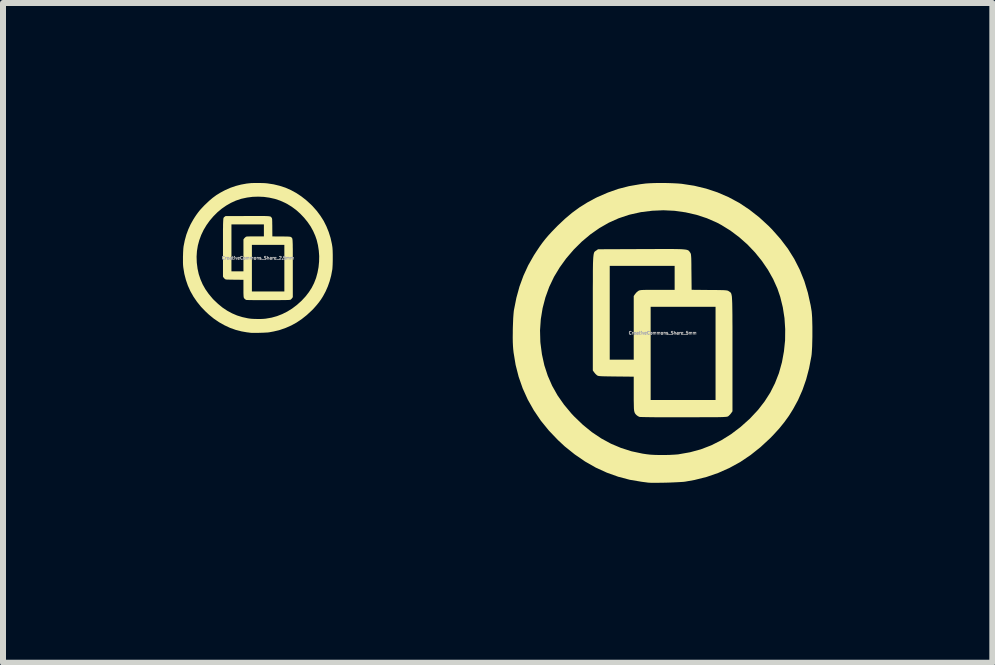
<source format=kicad_pcb>
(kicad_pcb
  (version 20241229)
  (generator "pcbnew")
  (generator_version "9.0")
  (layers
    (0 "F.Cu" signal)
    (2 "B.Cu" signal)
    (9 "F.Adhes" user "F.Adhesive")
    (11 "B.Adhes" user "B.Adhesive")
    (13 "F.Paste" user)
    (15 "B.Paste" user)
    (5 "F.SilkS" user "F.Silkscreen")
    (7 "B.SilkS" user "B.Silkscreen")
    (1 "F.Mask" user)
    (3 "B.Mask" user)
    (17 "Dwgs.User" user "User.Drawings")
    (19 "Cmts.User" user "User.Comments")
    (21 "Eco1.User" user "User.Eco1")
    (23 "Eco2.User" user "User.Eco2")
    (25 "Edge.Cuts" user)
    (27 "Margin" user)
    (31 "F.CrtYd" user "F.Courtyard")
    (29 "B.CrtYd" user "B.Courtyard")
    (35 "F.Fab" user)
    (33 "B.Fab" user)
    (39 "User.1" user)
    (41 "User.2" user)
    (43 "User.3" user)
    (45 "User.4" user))
  (footprint "CreativeCommons_Share_2.5mm"
    (layer "F.Cu")
    (at 1.249 1.25)
    (property "Reference" "CreativeCommons_Share_2.5mm" (at 0 0 0) (layer "F.Fab") (effects (font (size 0.05 0.05) (thickness 0.013))))
    (attr board_only exclude_from_pos_files exclude_from_bom)
    (fp_poly (pts (xy 0.047 -0.699) (xy 0.085 -0.699) (xy 0.116 -0.699) (xy 0.142 -0.698) (xy 0.163 -0.697) (xy 0.179 -0.696) (xy 0.192 -0.694) (xy 0.202 -0.692) (xy 0.21 -0.69) (xy 0.215 -0.687) (xy 0.219 -0.683) (xy 0.223 -0.679) (xy 0.226 -0.675) (xy 0.228 -0.671) (xy 0.231 -0.667) (xy 0.234 -0.662) (xy 0.235 -0.657) (xy 0.237 -0.648) (xy 0.238 -0.637) (xy 0.238 -0.621) (xy 0.239 -0.6) (xy 0.239 -0.572) (xy 0.24 -0.537) (xy 0.24 -0.508) (xy 0.241 -0.359) (xy 0.39 -0.358) (xy 0.431 -0.358) (xy 0.463 -0.357) (xy 0.489 -0.357) (xy 0.508 -0.356) (xy 0.523 -0.355) (xy 0.533 -0.354) (xy 0.54 -0.353) (xy 0.546 -0.351) (xy 0.55 -0.349) (xy 0.553 -0.347) (xy 0.557 -0.344) (xy 0.561 -0.341) (xy 0.565 -0.338) (xy 0.568 -0.334) (xy 0.571 -0.33) (xy 0.573 -0.323) (xy 0.575 -0.314) (xy 0.577 -0.303) (xy 0.578 -0.288) (xy 0.579 -0.27) (xy 0.58 -0.247) (xy 0.581 -0.219) (xy 0.581 -0.186) (xy 0.582 -0.147) (xy 0.582 -0.102) (xy 0.582 -0.05) (xy 0.582 0.01) (xy 0.582 0.077) (xy 0.582 0.153) (xy 0.582 0.174) (xy 0.582 0.653) (xy 0.572 0.668) (xy 0.561 0.681) (xy 0.55 0.692) (xy 0.549 0.693) (xy 0.546 0.695) (xy 0.543 0.696) (xy 0.539 0.697) (xy 0.534 0.698) (xy 0.526 0.699) (xy 0.516 0.7) (xy 0.502 0.701) (xy 0.485 0.701) (xy 0.462 0.702) (xy 0.434 0.702) (xy 0.401 0.702) (xy 0.361 0.703) (xy 0.314 0.703) (xy 0.259 0.703) (xy 0.195 0.703) (xy 0.178 0.703) (xy 0.122 0.703) (xy 0.067 0.703) (xy 0.017 0.703) (xy -0.031 0.703) (xy -0.073 0.703) (xy -0.11 0.702) (xy -0.142 0.702) (xy -0.166 0.701) (xy -0.183 0.701) (xy -0.192 0.7) (xy -0.193 0.7) (xy -0.206 0.694) (xy -0.217 0.685) (xy -0.223 0.679) (xy -0.229 0.673) (xy -0.233 0.666) (xy -0.236 0.657) (xy -0.238 0.646) (xy -0.239 0.63) (xy -0.24 0.609) (xy -0.241 0.582) (xy -0.241 0.559) (xy -0.1 0.559) (xy 0.441 0.559) (xy 0.441 -0.218) (xy -0.1 -0.218) (xy -0.1 0.559) (xy -0.241 0.559) (xy -0.241 0.548) (xy -0.241 0.507) (xy -0.241 0.364) (xy -0.388 0.363) (xy -0.429 0.362) (xy -0.461 0.362) (xy -0.487 0.361) (xy -0.506 0.361) (xy -0.52 0.36) (xy -0.531 0.359) (xy -0.538 0.357) (xy -0.543 0.355) (xy -0.547 0.353) (xy -0.549 0.352) (xy -0.56 0.341) (xy -0.571 0.329) (xy -0.572 0.327) (xy -0.582 0.312) (xy -0.582 0.223) (xy -0.441 0.223) (xy -0.241 0.223) (xy -0.241 -0.308) (xy -0.231 -0.323) (xy -0.219 -0.336) (xy -0.206 -0.348) (xy -0.205 -0.349) (xy -0.2 -0.352) (xy -0.196 -0.354) (xy -0.19 -0.356) (xy -0.182 -0.357) (xy -0.171 -0.358) (xy -0.155 -0.358) (xy -0.134 -0.359) (xy -0.107 -0.359) (xy -0.072 -0.359) (xy -0.045 -0.359) (xy 0.1 -0.359) (xy 0.1 -0.559) (xy -0.441 -0.559) (xy -0.441 0.223) (xy -0.582 0.223) (xy -0.582 -0.167) (xy -0.582 -0.245) (xy -0.582 -0.315) (xy -0.582 -0.376) (xy -0.582 -0.43) (xy -0.582 -0.477) (xy -0.581 -0.518) (xy -0.581 -0.552) (xy -0.58 -0.581) (xy -0.579 -0.605) (xy -0.578 -0.625) (xy -0.577 -0.64) (xy -0.576 -0.653) (xy -0.574 -0.662) (xy -0.571 -0.669) (xy -0.569 -0.674) (xy -0.566 -0.678) (xy -0.562 -0.681) (xy -0.558 -0.684) (xy -0.554 -0.687) (xy -0.553 -0.688) (xy -0.539 -0.698) (xy -0.176 -0.699) (xy -0.108 -0.699) (xy -0.049 -0.699) (xy 0.003 -0.699)) (stroke (width 0) (type solid)) (fill yes) (layer "F.SilkS"))
    (fp_poly (pts (xy 0.009 -1.25) (xy 0.052 -1.249) (xy 0.093 -1.248) (xy 0.13 -1.246) (xy 0.159 -1.243) (xy 0.263 -1.227) (xy 0.362 -1.203) (xy 0.458 -1.172) (xy 0.549 -1.132) (xy 0.637 -1.084) (xy 0.722 -1.028) (xy 0.804 -0.964) (xy 0.884 -0.891) (xy 0.912 -0.863) (xy 0.982 -0.784) (xy 1.043 -0.702) (xy 1.097 -0.617) (xy 1.142 -0.527) (xy 1.18 -0.433) (xy 1.211 -0.335) (xy 1.234 -0.231) (xy 1.242 -0.18) (xy 1.244 -0.157) (xy 1.246 -0.127) (xy 1.247 -0.092) (xy 1.248 -0.052) (xy 1.248 -0.01) (xy 1.248 0.033) (xy 1.247 0.074) (xy 1.246 0.113) (xy 1.244 0.148) (xy 1.242 0.177) (xy 1.24 0.195) (xy 1.221 0.295) (xy 1.196 0.388) (xy 1.165 0.476) (xy 1.128 0.56) (xy 1.087 0.636) (xy 1.052 0.692) (xy 1.014 0.744) (xy 0.972 0.795) (xy 0.925 0.848) (xy 0.896 0.877) (xy 0.815 0.952) (xy 0.732 1.018) (xy 0.646 1.076) (xy 0.557 1.125) (xy 0.464 1.166) (xy 0.367 1.2) (xy 0.265 1.225) (xy 0.19 1.239) (xy 0.175 1.241) (xy 0.153 1.243) (xy 0.125 1.244) (xy 0.093 1.246) (xy 0.059 1.247) (xy 0.024 1.248) (xy -0.011 1.249) (xy -0.043 1.249) (xy -0.072 1.249) (xy -0.097 1.249) (xy -0.114 1.248) (xy -0.123 1.247) (xy -0.132 1.246) (xy -0.148 1.244) (xy -0.167 1.241) (xy -0.175 1.241) (xy -0.273 1.224) (xy -0.37 1.199) (xy -0.465 1.165) (xy -0.557 1.122) (xy -0.646 1.072) (xy -0.733 1.013) (xy -0.815 0.946) (xy -0.872 0.893) (xy -0.948 0.814) (xy -1.015 0.731) (xy -1.074 0.645) (xy -1.125 0.555) (xy -1.167 0.462) (xy -1.2 0.366) (xy -1.226 0.266) (xy -1.243 0.162) (xy -1.246 0.135) (xy -1.248 0.108) (xy -1.249 0.075) (xy -1.249 0.037) (xy -1.249 -0.003) (xy -1.249 -0.022) (xy -1.022 -0.022) (xy -1.019 0.072) (xy -1.018 0.084) (xy -1.006 0.179) (xy -0.986 0.27) (xy -0.957 0.357) (xy -0.921 0.44) (xy -0.876 0.52) (xy -0.822 0.597) (xy -0.761 0.671) (xy -0.737 0.697) (xy -0.664 0.766) (xy -0.59 0.827) (xy -0.512 0.879) (xy -0.431 0.923) (xy -0.347 0.959) (xy -0.259 0.986) (xy -0.167 1.006) (xy -0.133 1.011) (xy -0.103 1.014) (xy -0.066 1.016) (xy -0.025 1.017) (xy 0.017 1.018) (xy 0.059 1.017) (xy 0.098 1.015) (xy 0.13 1.012) (xy 0.135 1.011) (xy 0.228 0.995) (xy 0.318 0.97) (xy 0.405 0.936) (xy 0.489 0.894) (xy 0.57 0.844) (xy 0.648 0.785) (xy 0.724 0.717) (xy 0.732 0.709) (xy 0.795 0.641) (xy 0.85 0.57) (xy 0.897 0.497) (xy 0.936 0.42) (xy 0.968 0.338) (xy 0.97 0.332) (xy 0.994 0.244) (xy 1.011 0.154) (xy 1.02 0.061) (xy 1.022 -0.031) (xy 1.015 -0.123) (xy 1.001 -0.214) (xy 0.98 -0.301) (xy 0.956 -0.37) (xy 0.921 -0.449) (xy 0.878 -0.527) (xy 0.827 -0.601) (xy 0.769 -0.672) (xy 0.706 -0.738) (xy 0.638 -0.799) (xy 0.565 -0.853) (xy 0.489 -0.9) (xy 0.452 -0.919) (xy 0.369 -0.956) (xy 0.282 -0.985) (xy 0.192 -1.005) (xy 0.1 -1.018) (xy 0.007 -1.022) (xy -0.087 -1.019) (xy -0.18 -1.007) (xy -0.273 -0.987) (xy -0.284 -0.984) (xy -0.367 -0.956) (xy -0.448 -0.919) (xy -0.527 -0.874) (xy -0.602 -0.822) (xy -0.674 -0.762) (xy -0.741 -0.695) (xy -0.804 -0.621) (xy -0.857 -0.547) (xy -0.905 -0.467) (xy -0.945 -0.383) (xy -0.977 -0.296) (xy -1.001 -0.207) (xy -1.016 -0.115) (xy -1.022 -0.022) (xy -1.249 -0.022) (xy -1.248 -0.045) (xy -1.247 -0.086) (xy -1.245 -0.123) (xy -1.243 -0.157) (xy -1.24 -0.184) (xy -1.239 -0.193) (xy -1.219 -0.293) (xy -1.193 -0.388) (xy -1.16 -0.477) (xy -1.12 -0.564) (xy -1.073 -0.647) (xy -1.05 -0.683) (xy -1.025 -0.72) (xy -1.001 -0.753) (xy -0.978 -0.783) (xy -0.953 -0.812) (xy -0.925 -0.842) (xy -0.893 -0.876) (xy -0.875 -0.893) (xy -0.814 -0.951) (xy -0.754 -1.002) (xy -0.693 -1.047) (xy -0.628 -1.087) (xy -0.559 -1.124) (xy -0.543 -1.132) (xy -0.457 -1.17) (xy -0.37 -1.2) (xy -0.281 -1.223) (xy -0.187 -1.24) (xy -0.141 -1.245) (xy -0.112 -1.248) (xy -0.075 -1.249) (xy -0.035 -1.25)) (stroke (width 0) (type solid)) (fill yes) (layer "F.SilkS")))
  (footprint "CreativeCommons_Share_5mm"
    (layer "F.Cu")
    (at 7.996 2.5)
    (property "Reference" "CreativeCommons_Share_5mm" (at 0 0 0) (layer "F.Fab") (effects (font (size 0.05 0.05) (thickness 0.013))))
    (attr board_only exclude_from_pos_files exclude_from_bom)
    (fp_poly (pts (xy 0.094 -1.399) (xy 0.169 -1.399) (xy 0.232 -1.398) (xy 0.284 -1.397) (xy 0.326 -1.395) (xy 0.359 -1.392) (xy 0.385 -1.389) (xy 0.405 -1.385) (xy 0.419 -1.38) (xy 0.43 -1.374) (xy 0.439 -1.367) (xy 0.445 -1.359) (xy 0.452 -1.349) (xy 0.457 -1.342) (xy 0.463 -1.334) (xy 0.467 -1.325) (xy 0.471 -1.313) (xy 0.473 -1.297) (xy 0.475 -1.274) (xy 0.477 -1.242) (xy 0.478 -1.199) (xy 0.479 -1.144) (xy 0.479 -1.073) (xy 0.48 -1.016) (xy 0.483 -0.719) (xy 0.78 -0.716) (xy 0.861 -0.716) (xy 0.927 -0.715) (xy 0.978 -0.714) (xy 1.017 -0.713) (xy 1.045 -0.711) (xy 1.066 -0.709) (xy 1.081 -0.706) (xy 1.092 -0.702) (xy 1.1 -0.697) (xy 1.106 -0.693) (xy 1.115 -0.687) (xy 1.123 -0.682) (xy 1.13 -0.676) (xy 1.136 -0.669) (xy 1.142 -0.659) (xy 1.146 -0.646) (xy 1.15 -0.629) (xy 1.154 -0.606) (xy 1.156 -0.576) (xy 1.158 -0.539) (xy 1.16 -0.494) (xy 1.161 -0.438) (xy 1.162 -0.372) (xy 1.163 -0.295) (xy 1.163 -0.204) (xy 1.164 -0.1) (xy 1.164 0.019) (xy 1.164 0.154) (xy 1.164 0.306) (xy 1.164 0.348) (xy 1.164 1.306) (xy 1.143 1.336) (xy 1.122 1.362) (xy 1.099 1.384) (xy 1.097 1.386) (xy 1.092 1.389) (xy 1.086 1.392) (xy 1.079 1.395) (xy 1.068 1.397) (xy 1.053 1.399) (xy 1.032 1.4) (xy 1.005 1.402) (xy 0.969 1.403) (xy 0.924 1.404) (xy 0.869 1.404) (xy 0.802 1.405) (xy 0.721 1.405) (xy 0.627 1.405) (xy 0.517 1.406) (xy 0.391 1.406) (xy 0.356 1.406) (xy 0.243 1.406) (xy 0.135 1.406) (xy 0.033 1.406) (xy -0.061 1.406) (xy -0.146 1.405) (xy -0.221 1.404) (xy -0.283 1.403) (xy -0.332 1.402) (xy -0.366 1.401) (xy -0.384 1.4) (xy -0.385 1.4) (xy -0.411 1.388) (xy -0.434 1.371) (xy -0.447 1.358) (xy -0.457 1.346) (xy -0.465 1.332) (xy -0.471 1.315) (xy -0.476 1.291) (xy -0.479 1.26) (xy -0.48 1.218) (xy -0.481 1.164) (xy -0.482 1.118) (xy -0.2 1.118) (xy 0.882 1.118) (xy 0.882 -0.436) (xy -0.2 -0.436) (xy -0.2 1.118) (xy -0.482 1.118) (xy -0.482 1.097) (xy -0.482 1.015) (xy -0.482 0.729) (xy -0.777 0.726) (xy -0.858 0.725) (xy -0.923 0.724) (xy -0.974 0.723) (xy -1.012 0.722) (xy -1.041 0.72) (xy -1.061 0.718) (xy -1.076 0.715) (xy -1.086 0.711) (xy -1.094 0.706) (xy -1.097 0.704) (xy -1.12 0.683) (xy -1.141 0.657) (xy -1.143 0.655) (xy -1.164 0.625) (xy -1.164 0.445) (xy -0.882 0.445) (xy -0.482 0.445) (xy -0.482 -0.615) (xy -0.461 -0.646) (xy -0.439 -0.673) (xy -0.412 -0.696) (xy -0.41 -0.698) (xy -0.401 -0.703) (xy -0.392 -0.708) (xy -0.38 -0.711) (xy -0.364 -0.714) (xy -0.341 -0.716) (xy -0.31 -0.717) (xy -0.268 -0.718) (xy -0.213 -0.718) (xy -0.144 -0.718) (xy -0.09 -0.718) (xy 0.2 -0.718) (xy 0.2 -1.118) (xy -0.882 -1.118) (xy -0.882 0.445) (xy -1.164 0.445) (xy -1.164 -0.334) (xy -1.164 -0.49) (xy -1.164 -0.63) (xy -1.164 -0.753) (xy -1.163 -0.86) (xy -1.163 -0.954) (xy -1.163 -1.035) (xy -1.162 -1.104) (xy -1.161 -1.162) (xy -1.159 -1.21) (xy -1.157 -1.249) (xy -1.154 -1.281) (xy -1.151 -1.305) (xy -1.147 -1.324) (xy -1.143 -1.338) (xy -1.138 -1.349) (xy -1.132 -1.356) (xy -1.125 -1.362) (xy -1.117 -1.368) (xy -1.108 -1.373) (xy -1.106 -1.375) (xy -1.077 -1.395) (xy -0.352 -1.398) (xy -0.216 -1.398) (xy -0.097 -1.399) (xy 0.006 -1.399)) (stroke (width 0) (type solid)) (fill yes) (layer "F.SilkS"))
    (fp_poly (pts (xy 0.017 -2.5) (xy 0.104 -2.498) (xy 0.186 -2.495) (xy 0.259 -2.491) (xy 0.318 -2.486) (xy 0.526 -2.454) (xy 0.725 -2.406) (xy 0.915 -2.343) (xy 1.098 -2.264) (xy 1.275 -2.169) (xy 1.444 -2.057) (xy 1.609 -1.928) (xy 1.768 -1.782) (xy 1.824 -1.725) (xy 1.963 -1.568) (xy 2.087 -1.405) (xy 2.194 -1.234) (xy 2.285 -1.055) (xy 2.361 -0.867) (xy 2.421 -0.669) (xy 2.467 -0.461) (xy 2.484 -0.359) (xy 2.488 -0.314) (xy 2.492 -0.255) (xy 2.494 -0.183) (xy 2.496 -0.104) (xy 2.496 -0.02) (xy 2.496 0.065) (xy 2.494 0.149) (xy 2.492 0.227) (xy 2.488 0.296) (xy 2.484 0.354) (xy 2.479 0.391) (xy 2.441 0.59) (xy 2.392 0.776) (xy 2.331 0.951) (xy 2.257 1.119) (xy 2.174 1.271) (xy 2.104 1.383) (xy 2.028 1.488) (xy 1.945 1.591) (xy 1.85 1.695) (xy 1.792 1.755) (xy 1.631 1.904) (xy 1.465 2.036) (xy 1.293 2.152) (xy 1.114 2.25) (xy 0.928 2.333) (xy 0.734 2.4) (xy 0.531 2.451) (xy 0.38 2.478) (xy 0.349 2.482) (xy 0.305 2.485) (xy 0.25 2.488) (xy 0.186 2.491) (xy 0.118 2.494) (xy 0.048 2.496) (xy -0.021 2.497) (xy -0.087 2.498) (xy -0.145 2.498) (xy -0.193 2.498) (xy -0.229 2.496) (xy -0.245 2.495) (xy -0.265 2.492) (xy -0.296 2.488) (xy -0.335 2.483) (xy -0.35 2.481) (xy -0.547 2.448) (xy -0.74 2.397) (xy -0.93 2.329) (xy -1.114 2.245) (xy -1.293 2.143) (xy -1.465 2.025) (xy -1.631 1.892) (xy -1.744 1.787) (xy -1.896 1.628) (xy -2.031 1.462) (xy -2.148 1.289) (xy -2.249 1.11) (xy -2.333 0.924) (xy -2.4 0.732) (xy -2.451 0.532) (xy -2.485 0.325) (xy -2.491 0.27) (xy -2.495 0.217) (xy -2.498 0.15) (xy -2.499 0.075) (xy -2.498 -0.007) (xy -2.498 -0.043) (xy -2.044 -0.043) (xy -2.039 0.144) (xy -2.037 0.168) (xy -2.012 0.358) (xy -1.972 0.54) (xy -1.915 0.714) (xy -1.842 0.881) (xy -1.752 1.041) (xy -1.645 1.194) (xy -1.521 1.343) (xy -1.474 1.393) (xy -1.329 1.532) (xy -1.179 1.654) (xy -1.024 1.758) (xy -0.862 1.846) (xy -0.694 1.917) (xy -0.518 1.973) (xy -0.334 2.012) (xy -0.266 2.022) (xy -0.205 2.029) (xy -0.132 2.033) (xy -0.05 2.035) (xy 0.035 2.035) (xy 0.118 2.033) (xy 0.195 2.029) (xy 0.26 2.024) (xy 0.27 2.022) (xy 0.457 1.989) (xy 0.637 1.94) (xy 0.811 1.873) (xy 0.978 1.789) (xy 1.14 1.688) (xy 1.296 1.57) (xy 1.447 1.435) (xy 1.464 1.418) (xy 1.591 1.282) (xy 1.7 1.141) (xy 1.794 0.994) (xy 1.872 0.839) (xy 1.936 0.676) (xy 1.94 0.664) (xy 1.989 0.488) (xy 2.022 0.307) (xy 2.041 0.123) (xy 2.043 -0.063) (xy 2.031 -0.247) (xy 2.003 -0.427) (xy 1.96 -0.602) (xy 1.913 -0.74) (xy 1.842 -0.898) (xy 1.755 -1.053) (xy 1.653 -1.202) (xy 1.538 -1.344) (xy 1.412 -1.476) (xy 1.275 -1.597) (xy 1.13 -1.706) (xy 0.978 -1.8) (xy 0.905 -1.839) (xy 0.738 -1.912) (xy 0.564 -1.969) (xy 0.384 -2.01) (xy 0.2 -2.036) (xy 0.013 -2.045) (xy -0.174 -2.037) (xy -0.361 -2.014) (xy -0.545 -1.973) (xy -0.567 -1.967) (xy -0.734 -1.911) (xy -0.897 -1.838) (xy -1.054 -1.748) (xy -1.204 -1.643) (xy -1.347 -1.523) (xy -1.482 -1.389) (xy -1.608 -1.242) (xy -1.715 -1.094) (xy -1.811 -0.935) (xy -1.891 -0.767) (xy -1.954 -0.593) (xy -2.001 -0.413) (xy -2.031 -0.23) (xy -2.044 -0.043) (xy -2.498 -0.043) (xy -2.497 -0.09) (xy -2.494 -0.171) (xy -2.491 -0.247) (xy -2.486 -0.314) (xy -2.481 -0.367) (xy -2.478 -0.385) (xy -2.438 -0.586) (xy -2.386 -0.775) (xy -2.32 -0.955) (xy -2.241 -1.127) (xy -2.146 -1.294) (xy -2.1 -1.365) (xy -2.05 -1.44) (xy -2.003 -1.505) (xy -1.956 -1.565) (xy -1.906 -1.624) (xy -1.85 -1.685) (xy -1.785 -1.752) (xy -1.751 -1.787) (xy -1.628 -1.903) (xy -1.508 -2.004) (xy -1.385 -2.094) (xy -1.257 -2.174) (xy -1.119 -2.249) (xy -1.086 -2.265) (xy -0.913 -2.34) (xy -0.74 -2.401) (xy -0.561 -2.447) (xy -0.375 -2.479) (xy -0.282 -2.491) (xy -0.223 -2.495) (xy -0.151 -2.498) (xy -0.069 -2.5)) (stroke (width 0) (type solid)) (fill yes) (layer "F.SilkS")))
  (gr_rect
    (start -3 -3)
    (end 13.492 7.998)
    (stroke (width 0.1) (type default))
    (fill no)
    (layer "Edge.Cuts")))
</source>
